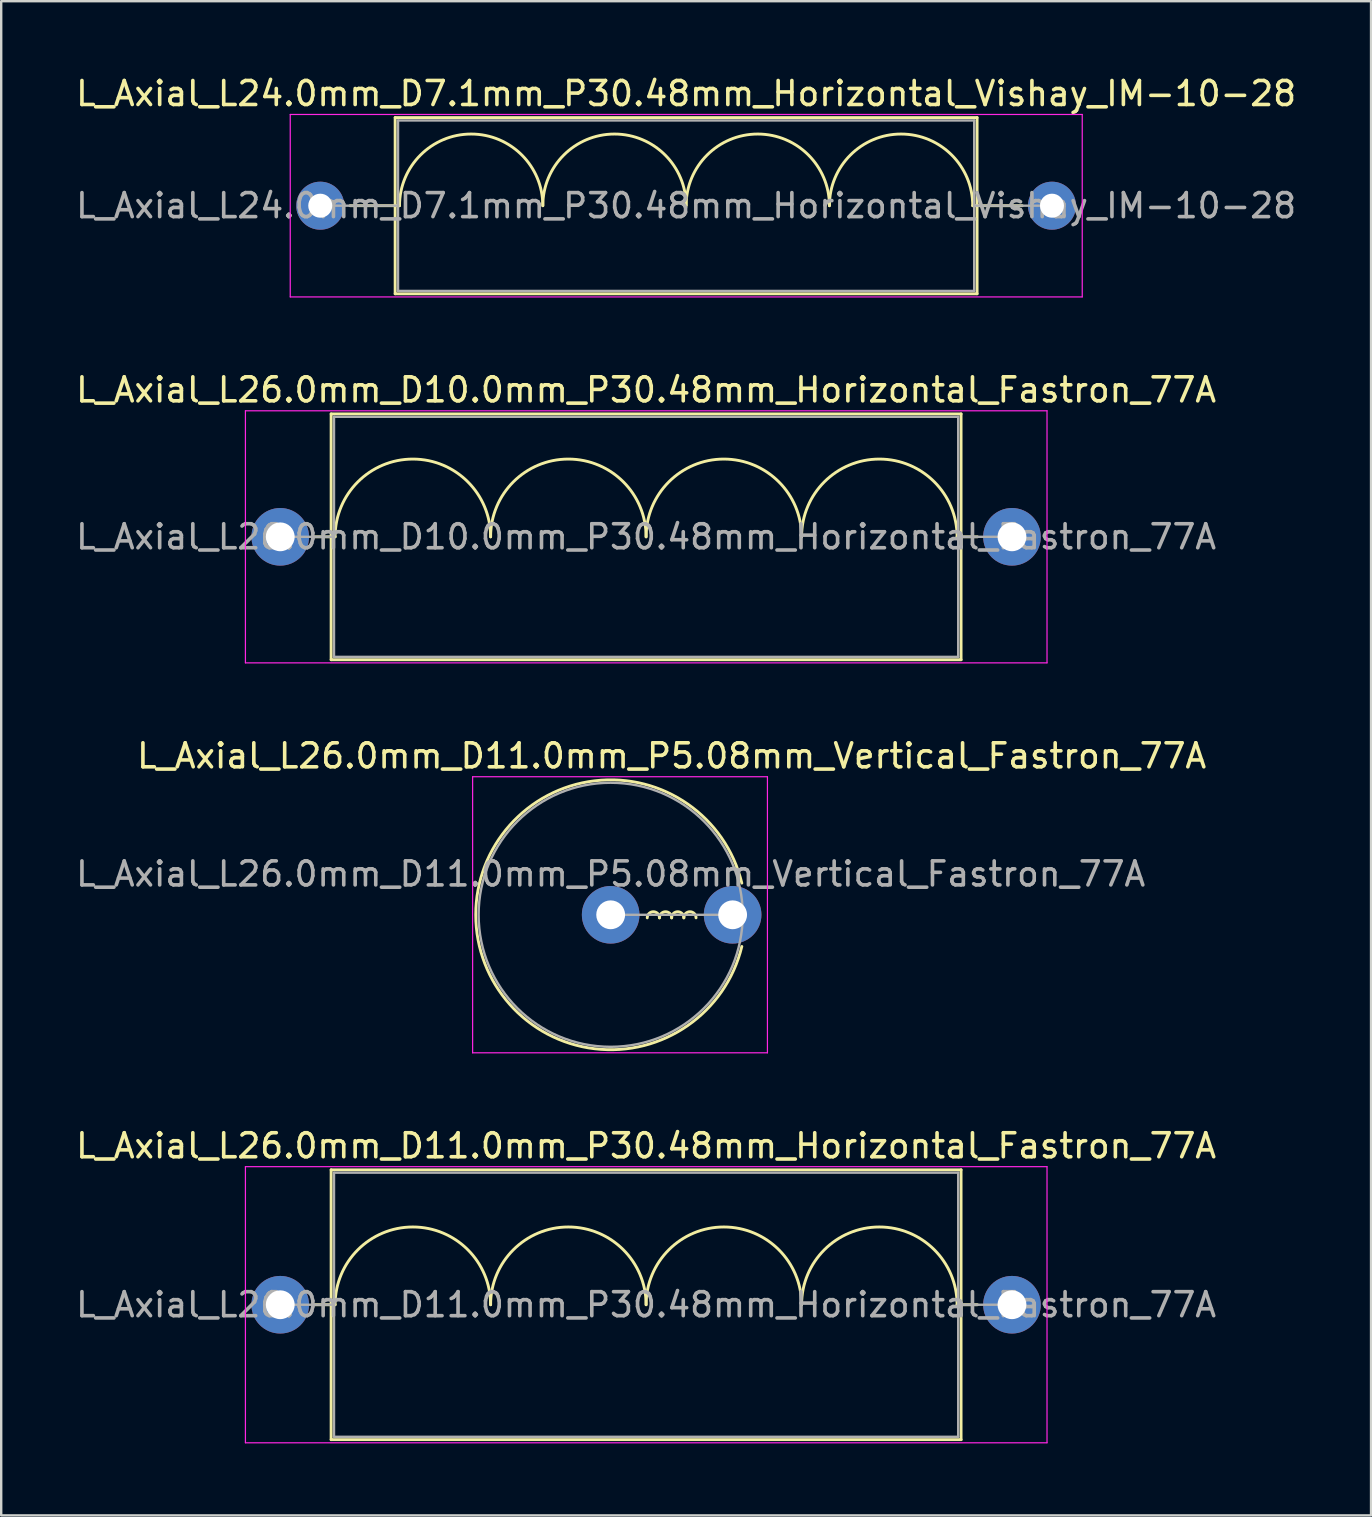
<source format=kicad_pcb>
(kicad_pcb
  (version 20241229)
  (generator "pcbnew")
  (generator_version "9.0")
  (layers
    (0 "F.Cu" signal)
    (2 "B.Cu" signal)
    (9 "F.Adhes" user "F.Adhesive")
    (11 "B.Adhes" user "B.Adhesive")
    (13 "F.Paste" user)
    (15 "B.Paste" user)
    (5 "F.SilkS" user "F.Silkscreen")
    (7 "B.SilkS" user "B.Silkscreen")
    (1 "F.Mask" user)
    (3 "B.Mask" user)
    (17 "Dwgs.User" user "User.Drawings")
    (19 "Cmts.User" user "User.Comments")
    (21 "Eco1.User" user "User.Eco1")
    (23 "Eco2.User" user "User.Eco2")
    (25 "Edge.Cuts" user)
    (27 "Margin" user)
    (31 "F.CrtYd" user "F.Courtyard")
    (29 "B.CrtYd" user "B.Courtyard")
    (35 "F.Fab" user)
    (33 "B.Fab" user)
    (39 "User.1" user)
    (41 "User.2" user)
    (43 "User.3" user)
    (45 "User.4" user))
  (footprint "L_Axial_L26.0mm_D10.0mm_P30.48mm_Horizontal_Fastron_77A"
    (layer "F.Cu")
    (at 8.623 19.311)
    (property "Reference" "L_Axial_L26.0mm_D10.0mm_P30.48mm_Horizontal_Fastron_77A" (at 15.24 -6.12 0) (layer "F.SilkS") (effects (font (size 1 1) (thickness 0.15))))
    (attr through_hole)
    (fp_line (start 1.44 0) (end 2.12 0) (stroke (width 0.12) (type solid)) (layer "F.SilkS"))
    (fp_line (start 2.12 -5.12) (end 2.12 5.12) (stroke (width 0.12) (type solid)) (layer "F.SilkS"))
    (fp_line (start 2.12 5.12) (end 28.36 5.12) (stroke (width 0.12) (type solid)) (layer "F.SilkS"))
    (fp_line (start 2.286 0) (end 2.12 0) (stroke (width 0.12) (type solid)) (layer "F.SilkS"))
    (fp_line (start 28.194 0) (end 28.321 0) (stroke (width 0.12) (type solid)) (layer "F.SilkS"))
    (fp_line (start 28.36 -5.12) (end 2.12 -5.12) (stroke (width 0.12) (type solid)) (layer "F.SilkS"))
    (fp_line (start 28.36 5.12) (end 28.36 -5.12) (stroke (width 0.12) (type solid)) (layer "F.SilkS"))
    (fp_line (start 29.04 0) (end 28.36 0) (stroke (width 0.12) (type solid)) (layer "F.SilkS"))
    (fp_arc (start 2.286 0) (mid 5.5245 -3.2385) (end 8.763 0) (stroke (width 0.12) (type solid)) (layer "F.SilkS"))
    (fp_arc (start 8.763 0) (mid 12.0015 -3.2385) (end 15.24 0) (stroke (width 0.12) (type solid)) (layer "F.SilkS"))
    (fp_arc (start 15.24 0) (mid 18.4785 -3.2385) (end 21.717 0) (stroke (width 0.12) (type solid)) (layer "F.SilkS"))
    (fp_arc (start 21.717 0) (mid 24.9555 -3.2385) (end 28.194 0) (stroke (width 0.12) (type solid)) (layer "F.SilkS"))
    (fp_line (start -1.45 -5.25) (end -1.45 5.25) (stroke (width 0.05) (type solid)) (layer "F.CrtYd"))
    (fp_line (start -1.45 5.25) (end 31.94 5.25) (stroke (width 0.05) (type solid)) (layer "F.CrtYd"))
    (fp_line (start 31.94 -5.25) (end -1.45 -5.25) (stroke (width 0.05) (type solid)) (layer "F.CrtYd"))
    (fp_line (start 31.94 5.25) (end 31.94 -5.25) (stroke (width 0.05) (type solid)) (layer "F.CrtYd"))
    (fp_line (start 0 0) (end 2.24 0) (stroke (width 0.1) (type solid)) (layer "F.Fab"))
    (fp_line (start 2.24 -5) (end 2.24 5) (stroke (width 0.1) (type solid)) (layer "F.Fab"))
    (fp_line (start 2.24 5) (end 28.24 5) (stroke (width 0.1) (type solid)) (layer "F.Fab"))
    (fp_line (start 28.24 -5) (end 2.24 -5) (stroke (width 0.1) (type solid)) (layer "F.Fab"))
    (fp_line (start 28.24 5) (end 28.24 -5) (stroke (width 0.1) (type solid)) (layer "F.Fab"))
    (fp_line (start 30.48 0) (end 28.24 0) (stroke (width 0.1) (type solid)) (layer "F.Fab"))
    (fp_text user "${REFERENCE}" (at 15.24 0 0) (layer "F.Fab") (effects (font (size 1 1) (thickness 0.15))))
    (pad "1" thru_hole circle (at 0 0) (size 2.4 2.4) (drill 1.2) (layers "*.Cu" "*.Mask"))
    (pad "2" thru_hole oval (at 30.48 0) (size 2.4 2.4) (drill 1.2) (layers "*.Cu" "*.Mask")))
  (footprint "L_Axial_L26.0mm_D11.0mm_P5.08mm_Vertical_Fastron_77A"
    (layer "F.Cu")
    (at 22.387 35.055)
    (property "Reference" "L_Axial_L26.0mm_D11.0mm_P5.08mm_Vertical_Fastron_77A" (at 2.54 -6.62 0) (layer "F.SilkS") (effects (font (size 1 1) (thickness 0.15))))
    (attr through_hole)
    (fp_arc (start 1.524 0.127) (mid 1.778 -0.127) (end 2.032 0.127) (stroke (width 0.12) (type solid)) (layer "F.SilkS"))
    (fp_arc (start 2.032 0.127) (mid 2.286 -0.127) (end 2.54 0.127) (stroke (width 0.12) (type solid)) (layer "F.SilkS"))
    (fp_arc (start 2.54 0.127) (mid 2.794 -0.127) (end 3.048 0.127) (stroke (width 0.12) (type solid)) (layer "F.SilkS"))
    (fp_arc (start 3.048 0.127) (mid 3.302 -0.127) (end 3.556 0.127) (stroke (width 0.12) (type solid)) (layer "F.SilkS"))
    (fp_arc (start 5.462783 1.32) (mid -5.62 0) (end 5.462783 -1.32) (stroke (width 0.12) (type solid)) (layer "F.SilkS"))
    (fp_line (start -5.75 -5.75) (end -5.75 5.75) (stroke (width 0.05) (type solid)) (layer "F.CrtYd"))
    (fp_line (start -5.75 5.75) (end 6.53 5.75) (stroke (width 0.05) (type solid)) (layer "F.CrtYd"))
    (fp_line (start 6.53 -5.75) (end -5.75 -5.75) (stroke (width 0.05) (type solid)) (layer "F.CrtYd"))
    (fp_line (start 6.53 5.75) (end 6.53 -5.75) (stroke (width 0.05) (type solid)) (layer "F.CrtYd"))
    (fp_line (start 0 0) (end 5.08 0) (stroke (width 0.1) (type solid)) (layer "F.Fab"))
    (fp_circle (center 0 0) (end 5.5 0) (stroke (width 0.1) (type solid)) (fill no) (layer "F.Fab"))
    (fp_text user "${REFERENCE}" (at 0 -1.7 0) (layer "F.Fab") (effects (font (size 1 1) (thickness 0.15))))
    (pad "1" thru_hole circle (at 0 0) (size 2.4 2.4) (drill 1.2) (layers "*.Cu" "*.Mask"))
    (pad "2" thru_hole oval (at 5.08 0) (size 2.4 2.4) (drill 1.2) (layers "*.Cu" "*.Mask")))
  (footprint "L_Axial_L24.0mm_D7.1mm_P30.48mm_Horizontal_Vishay_IM-10-28"
    (layer "F.Cu")
    (at 10.29 5.518)
    (property "Reference" "L_Axial_L24.0mm_D7.1mm_P30.48mm_Horizontal_Vishay_IM-10-28" (at 15.24 -4.67 0) (layer "F.SilkS") (effects (font (size 1 1) (thickness 0.15))))
    (attr through_hole)
    (fp_line (start 1.24 0) (end 3.12 0) (stroke (width 0.12) (type solid)) (layer "F.SilkS"))
    (fp_line (start 3.12 -3.67) (end 3.12 3.67) (stroke (width 0.12) (type solid)) (layer "F.SilkS"))
    (fp_line (start 3.12 3.67) (end 27.36 3.67) (stroke (width 0.12) (type solid)) (layer "F.SilkS"))
    (fp_line (start 3.302 0) (end 3.12 0) (stroke (width 0.12) (type solid)) (layer "F.SilkS"))
    (fp_line (start 27.178 0) (end 27.36 0) (stroke (width 0.12) (type solid)) (layer "F.SilkS"))
    (fp_line (start 27.36 -3.67) (end 3.12 -3.67) (stroke (width 0.12) (type solid)) (layer "F.SilkS"))
    (fp_line (start 27.36 3.67) (end 27.36 -3.67) (stroke (width 0.12) (type solid)) (layer "F.SilkS"))
    (fp_line (start 29.24 0) (end 27.36 0) (stroke (width 0.12) (type solid)) (layer "F.SilkS"))
    (fp_arc (start 3.302 0) (mid 6.2865 -2.9845) (end 9.271 0) (stroke (width 0.12) (type solid)) (layer "F.SilkS"))
    (fp_arc (start 9.271 0) (mid 12.2555 -2.9845) (end 15.24 0) (stroke (width 0.12) (type solid)) (layer "F.SilkS"))
    (fp_arc (start 15.24 0) (mid 18.2245 -2.9845) (end 21.209 0) (stroke (width 0.12) (type solid)) (layer "F.SilkS"))
    (fp_arc (start 21.209 0) (mid 24.1935 -2.9845) (end 27.178 0) (stroke (width 0.12) (type solid)) (layer "F.SilkS"))
    (fp_line (start -1.25 -3.8) (end -1.25 3.8) (stroke (width 0.05) (type solid)) (layer "F.CrtYd"))
    (fp_line (start -1.25 3.8) (end 31.74 3.8) (stroke (width 0.05) (type solid)) (layer "F.CrtYd"))
    (fp_line (start 31.74 -3.8) (end -1.25 -3.8) (stroke (width 0.05) (type solid)) (layer "F.CrtYd"))
    (fp_line (start 31.74 3.8) (end 31.74 -3.8) (stroke (width 0.05) (type solid)) (layer "F.CrtYd"))
    (fp_line (start 0 0) (end 3.24 0) (stroke (width 0.1) (type solid)) (layer "F.Fab"))
    (fp_line (start 3.24 -3.55) (end 3.24 3.55) (stroke (width 0.1) (type solid)) (layer "F.Fab"))
    (fp_line (start 3.24 3.55) (end 27.24 3.55) (stroke (width 0.1) (type solid)) (layer "F.Fab"))
    (fp_line (start 27.24 -3.55) (end 3.24 -3.55) (stroke (width 0.1) (type solid)) (layer "F.Fab"))
    (fp_line (start 27.24 3.55) (end 27.24 -3.55) (stroke (width 0.1) (type solid)) (layer "F.Fab"))
    (fp_line (start 30.48 0) (end 27.24 0) (stroke (width 0.1) (type solid)) (layer "F.Fab"))
    (fp_text user "${REFERENCE}" (at 15.24 0 0) (layer "F.Fab") (effects (font (size 1 1) (thickness 0.15))))
    (pad "1" thru_hole circle (at 0 0) (size 2 2) (drill 1) (layers "*.Cu" "*.Mask"))
    (pad "2" thru_hole oval (at 30.48 0) (size 2 2) (drill 1) (layers "*.Cu" "*.Mask")))
  (footprint "L_Axial_L26.0mm_D11.0mm_P30.48mm_Horizontal_Fastron_77A"
    (layer "F.Cu")
    (at 8.623 51.298)
    (property "Reference" "L_Axial_L26.0mm_D11.0mm_P30.48mm_Horizontal_Fastron_77A" (at 15.24 -6.62 0) (layer "F.SilkS") (effects (font (size 1 1) (thickness 0.15))))
    (attr through_hole)
    (fp_line (start 1.44 0) (end 2.12 0) (stroke (width 0.12) (type solid)) (layer "F.SilkS"))
    (fp_line (start 2.12 -5.62) (end 2.12 5.62) (stroke (width 0.12) (type solid)) (layer "F.SilkS"))
    (fp_line (start 2.12 5.62) (end 28.36 5.62) (stroke (width 0.12) (type solid)) (layer "F.SilkS"))
    (fp_line (start 2.286 0) (end 2.12 0) (stroke (width 0.12) (type solid)) (layer "F.SilkS"))
    (fp_line (start 28.194 0) (end 28.321 0) (stroke (width 0.12) (type solid)) (layer "F.SilkS"))
    (fp_line (start 28.36 -5.62) (end 2.12 -5.62) (stroke (width 0.12) (type solid)) (layer "F.SilkS"))
    (fp_line (start 28.36 5.62) (end 28.36 -5.62) (stroke (width 0.12) (type solid)) (layer "F.SilkS"))
    (fp_line (start 29.04 0) (end 28.36 0) (stroke (width 0.12) (type solid)) (layer "F.SilkS"))
    (fp_arc (start 2.286 0) (mid 5.5245 -3.2385) (end 8.763 0) (stroke (width 0.12) (type solid)) (layer "F.SilkS"))
    (fp_arc (start 8.763 0) (mid 12.0015 -3.2385) (end 15.24 0) (stroke (width 0.12) (type solid)) (layer "F.SilkS"))
    (fp_arc (start 15.24 0) (mid 18.4785 -3.2385) (end 21.717 0) (stroke (width 0.12) (type solid)) (layer "F.SilkS"))
    (fp_arc (start 21.717 0) (mid 24.9555 -3.2385) (end 28.194 0) (stroke (width 0.12) (type solid)) (layer "F.SilkS"))
    (fp_line (start -1.45 -5.75) (end -1.45 5.75) (stroke (width 0.05) (type solid)) (layer "F.CrtYd"))
    (fp_line (start -1.45 5.75) (end 31.94 5.75) (stroke (width 0.05) (type solid)) (layer "F.CrtYd"))
    (fp_line (start 31.94 -5.75) (end -1.45 -5.75) (stroke (width 0.05) (type solid)) (layer "F.CrtYd"))
    (fp_line (start 31.94 5.75) (end 31.94 -5.75) (stroke (width 0.05) (type solid)) (layer "F.CrtYd"))
    (fp_line (start 0 0) (end 2.24 0) (stroke (width 0.1) (type solid)) (layer "F.Fab"))
    (fp_line (start 2.24 -5.5) (end 2.24 5.5) (stroke (width 0.1) (type solid)) (layer "F.Fab"))
    (fp_line (start 2.24 5.5) (end 28.24 5.5) (stroke (width 0.1) (type solid)) (layer "F.Fab"))
    (fp_line (start 28.24 -5.5) (end 2.24 -5.5) (stroke (width 0.1) (type solid)) (layer "F.Fab"))
    (fp_line (start 28.24 5.5) (end 28.24 -5.5) (stroke (width 0.1) (type solid)) (layer "F.Fab"))
    (fp_line (start 30.48 0) (end 28.24 0) (stroke (width 0.1) (type solid)) (layer "F.Fab"))
    (fp_text user "${REFERENCE}" (at 15.24 0 0) (layer "F.Fab") (effects (font (size 1 1) (thickness 0.15))))
    (pad "1" thru_hole circle (at 0 0) (size 2.4 2.4) (drill 1.2) (layers "*.Cu" "*.Mask"))
    (pad "2" thru_hole oval (at 30.48 0) (size 2.4 2.4) (drill 1.2) (layers "*.Cu" "*.Mask")))
  (gr_rect
    (start -3 -3)
    (end 54.06 60.073)
    (stroke (width 0.1) (type default))
    (fill no)
    (layer "Edge.Cuts")))
</source>
